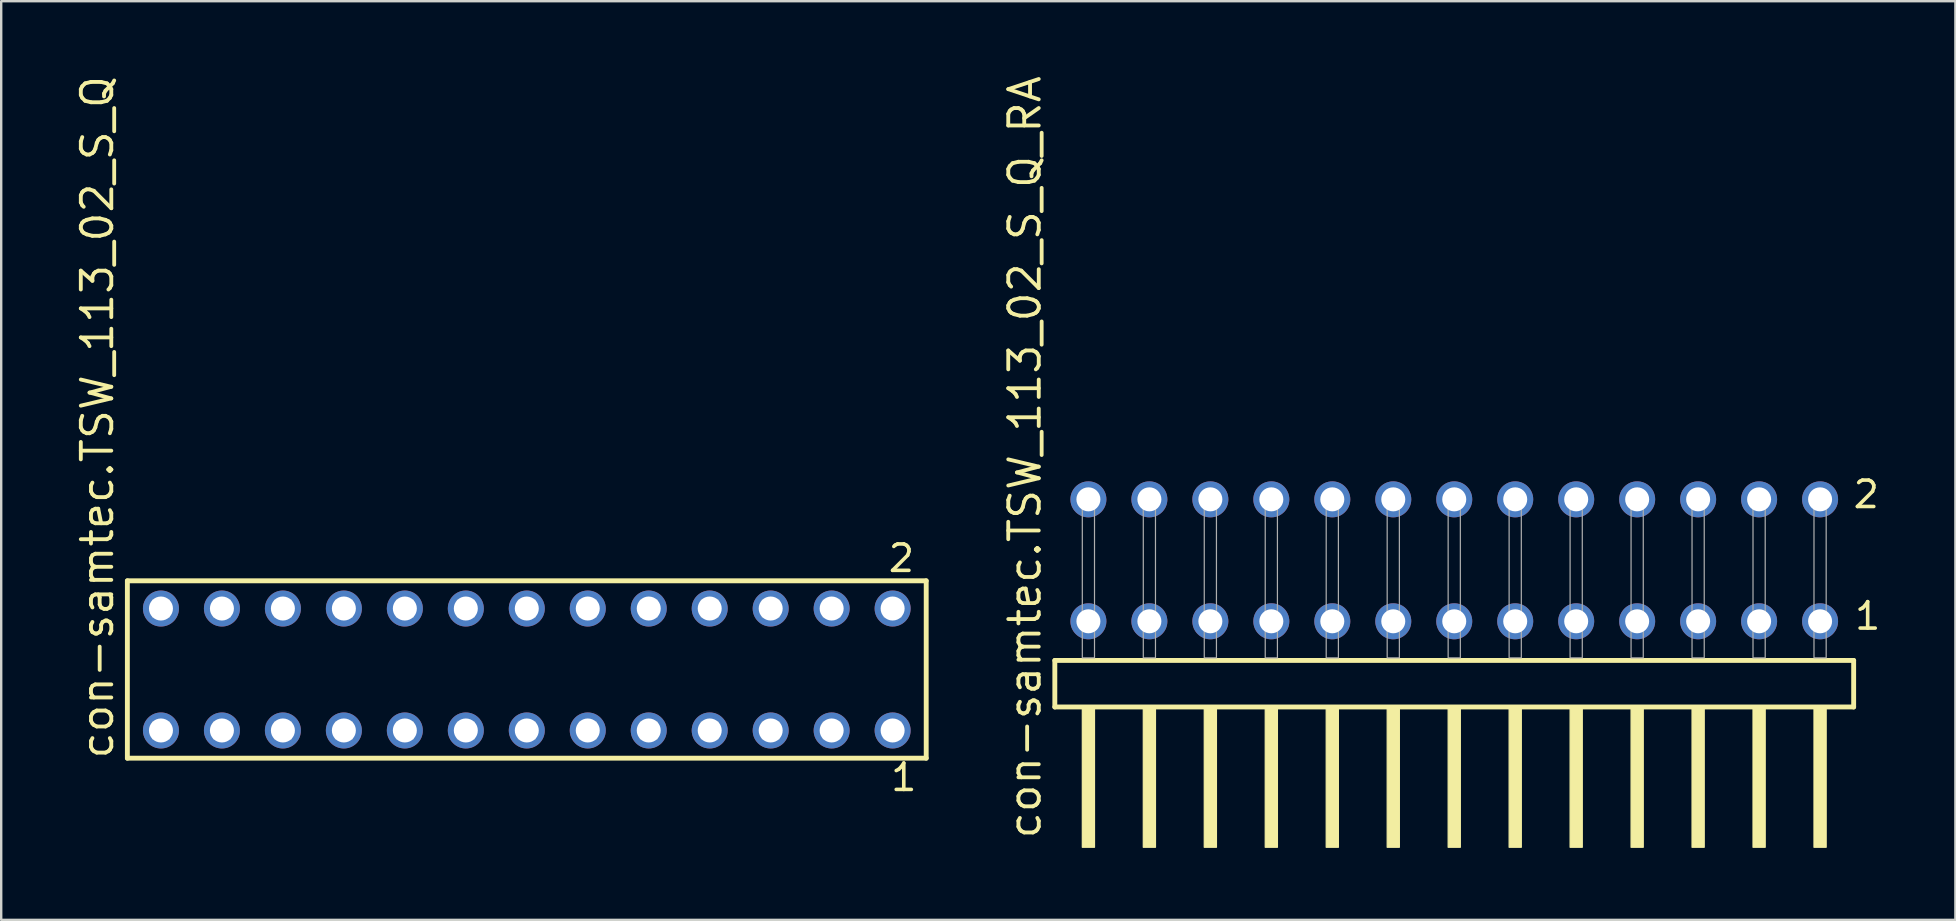
<source format=kicad_pcb>
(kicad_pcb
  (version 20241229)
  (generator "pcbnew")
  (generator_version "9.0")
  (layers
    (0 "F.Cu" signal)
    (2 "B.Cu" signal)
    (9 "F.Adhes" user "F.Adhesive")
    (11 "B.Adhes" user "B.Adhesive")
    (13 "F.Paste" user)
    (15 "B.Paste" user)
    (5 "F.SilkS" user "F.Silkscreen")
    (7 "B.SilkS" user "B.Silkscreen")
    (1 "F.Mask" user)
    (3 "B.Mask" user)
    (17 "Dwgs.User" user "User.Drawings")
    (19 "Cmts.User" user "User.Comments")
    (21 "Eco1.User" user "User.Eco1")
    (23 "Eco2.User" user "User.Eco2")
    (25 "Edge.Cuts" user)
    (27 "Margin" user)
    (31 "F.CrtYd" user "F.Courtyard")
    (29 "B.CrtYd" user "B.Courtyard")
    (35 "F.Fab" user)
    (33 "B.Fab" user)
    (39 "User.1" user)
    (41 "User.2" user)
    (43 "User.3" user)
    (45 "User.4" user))
  (footprint "con-samtec.TSW_113_02_S_Q_RA"
    (layer "F.Cu")
    (at 57.531 24.356)
    (property "Reference" "con-samtec.TSW_113_02_S_Q_RA" (at -17.145 7.62 90) (layer "F.SilkS") (effects (font (size 1.27 1.27) (thickness 0.16)) (justify left bottom)))
    (attr through_hole)
    (fp_line (start -16.639 0.106) (end -16.639 2.046) (stroke (width 0.203) (type default)) (layer "F.SilkS"))
    (fp_line (start -16.639 2.046) (end 16.639 2.046) (stroke (width 0.203) (type default)) (layer "F.SilkS"))
    (fp_line (start 16.639 0.106) (end -16.639 0.106) (stroke (width 0.203) (type default)) (layer "F.SilkS"))
    (fp_line (start 16.639 2.046) (end 16.639 0.106) (stroke (width 0.203) (type default)) (layer "F.SilkS"))
    (fp_rect (start -15.494 7.89) (end -14.986 2.04) (stroke (width 0.05) (type default)) (fill yes) (layer "F.SilkS"))
    (fp_rect (start -12.954 7.89) (end -12.446 2.04) (stroke (width 0.05) (type default)) (fill yes) (layer "F.SilkS"))
    (fp_rect (start -10.414 7.89) (end -9.906 2.04) (stroke (width 0.05) (type default)) (fill yes) (layer "F.SilkS"))
    (fp_rect (start -7.874 7.89) (end -7.366 2.04) (stroke (width 0.05) (type default)) (fill yes) (layer "F.SilkS"))
    (fp_rect (start -5.334 7.89) (end -4.826 2.04) (stroke (width 0.05) (type default)) (fill yes) (layer "F.SilkS"))
    (fp_rect (start -2.794 7.89) (end -2.286 2.04) (stroke (width 0.05) (type default)) (fill yes) (layer "F.SilkS"))
    (fp_rect (start -0.254 7.89) (end 0.254 2.04) (stroke (width 0.05) (type default)) (fill yes) (layer "F.SilkS"))
    (fp_rect (start 2.286 7.89) (end 2.794 2.04) (stroke (width 0.05) (type default)) (fill yes) (layer "F.SilkS"))
    (fp_rect (start 4.826 7.89) (end 5.334 2.04) (stroke (width 0.05) (type default)) (fill yes) (layer "F.SilkS"))
    (fp_rect (start 7.366 7.89) (end 7.874 2.04) (stroke (width 0.05) (type default)) (fill yes) (layer "F.SilkS"))
    (fp_rect (start 9.906 7.89) (end 10.414 2.04) (stroke (width 0.05) (type default)) (fill yes) (layer "F.SilkS"))
    (fp_rect (start 12.446 7.89) (end 12.954 2.04) (stroke (width 0.05) (type default)) (fill yes) (layer "F.SilkS"))
    (fp_rect (start 14.986 7.89) (end 15.494 2.04) (stroke (width 0.05) (type default)) (fill yes) (layer "F.SilkS"))
    (fp_rect (start -15.494 0) (end -14.986 -6.858) (stroke (width 0.05) (type default)) (fill no) (layer "F.Fab"))
    (fp_rect (start -12.954 0) (end -12.446 -6.858) (stroke (width 0.05) (type default)) (fill no) (layer "F.Fab"))
    (fp_rect (start -10.414 0) (end -9.906 -6.858) (stroke (width 0.05) (type default)) (fill no) (layer "F.Fab"))
    (fp_rect (start -7.874 0) (end -7.366 -6.858) (stroke (width 0.05) (type default)) (fill no) (layer "F.Fab"))
    (fp_rect (start -5.334 0) (end -4.826 -6.858) (stroke (width 0.05) (type default)) (fill no) (layer "F.Fab"))
    (fp_rect (start -2.794 0) (end -2.286 -6.858) (stroke (width 0.05) (type default)) (fill no) (layer "F.Fab"))
    (fp_rect (start -0.254 0) (end 0.254 -6.858) (stroke (width 0.05) (type default)) (fill no) (layer "F.Fab"))
    (fp_rect (start 2.286 0) (end 2.794 -6.858) (stroke (width 0.05) (type default)) (fill no) (layer "F.Fab"))
    (fp_rect (start 4.826 0) (end 5.334 -6.858) (stroke (width 0.05) (type default)) (fill no) (layer "F.Fab"))
    (fp_rect (start 7.366 0) (end 7.874 -6.858) (stroke (width 0.05) (type default)) (fill no) (layer "F.Fab"))
    (fp_rect (start 9.906 0) (end 10.414 -6.858) (stroke (width 0.05) (type default)) (fill no) (layer "F.Fab"))
    (fp_rect (start 12.446 0) (end 12.954 -6.858) (stroke (width 0.05) (type default)) (fill no) (layer "F.Fab"))
    (fp_rect (start 14.986 0) (end 15.494 -6.858) (stroke (width 0.05) (type default)) (fill no) (layer "F.Fab"))
    (fp_text user "2" (at 16.54 -6.165 0) (layer "F.SilkS") (effects (font (size 1.1 1.1) (thickness 0.15)) (justify left bottom)))
    (fp_text user "1" (at 16.6 -1.1 0) (layer "F.SilkS") (effects (font (size 1.1 1.1) (thickness 0.15)) (justify left bottom)))
    (pad "1" thru_hole circle (at 15.24 -1.524 180) (size 1.5 1.5) (drill 1) (layers "*.Cu" "*.Mask"))
    (pad "2" thru_hole circle (at 15.24 -6.604 180) (size 1.5 1.5) (drill 1) (layers "*.Cu" "*.Mask"))
    (pad "3" thru_hole circle (at 12.7 -1.524 180) (size 1.5 1.5) (drill 1) (layers "*.Cu" "*.Mask"))
    (pad "4" thru_hole circle (at 12.7 -6.604 180) (size 1.5 1.5) (drill 1) (layers "*.Cu" "*.Mask"))
    (pad "5" thru_hole circle (at 10.16 -1.524 180) (size 1.5 1.5) (drill 1) (layers "*.Cu" "*.Mask"))
    (pad "6" thru_hole circle (at 10.16 -6.604 180) (size 1.5 1.5) (drill 1) (layers "*.Cu" "*.Mask"))
    (pad "7" thru_hole circle (at 7.62 -1.524 180) (size 1.5 1.5) (drill 1) (layers "*.Cu" "*.Mask"))
    (pad "8" thru_hole circle (at 7.62 -6.604 180) (size 1.5 1.5) (drill 1) (layers "*.Cu" "*.Mask"))
    (pad "9" thru_hole circle (at 5.08 -1.524 180) (size 1.5 1.5) (drill 1) (layers "*.Cu" "*.Mask"))
    (pad "10" thru_hole circle (at 5.08 -6.604 180) (size 1.5 1.5) (drill 1) (layers "*.Cu" "*.Mask"))
    (pad "11" thru_hole circle (at 2.54 -1.524 180) (size 1.5 1.5) (drill 1) (layers "*.Cu" "*.Mask"))
    (pad "12" thru_hole circle (at 2.54 -6.604 180) (size 1.5 1.5) (drill 1) (layers "*.Cu" "*.Mask"))
    (pad "13" thru_hole circle (at 0 -1.524 180) (size 1.5 1.5) (drill 1) (layers "*.Cu" "*.Mask"))
    (pad "14" thru_hole circle (at 0 -6.604 180) (size 1.5 1.5) (drill 1) (layers "*.Cu" "*.Mask"))
    (pad "15" thru_hole circle (at -2.54 -1.524 180) (size 1.5 1.5) (drill 1) (layers "*.Cu" "*.Mask"))
    (pad "16" thru_hole circle (at -2.54 -6.604 180) (size 1.5 1.5) (drill 1) (layers "*.Cu" "*.Mask"))
    (pad "17" thru_hole circle (at -5.08 -1.524 180) (size 1.5 1.5) (drill 1) (layers "*.Cu" "*.Mask"))
    (pad "18" thru_hole circle (at -5.08 -6.604 180) (size 1.5 1.5) (drill 1) (layers "*.Cu" "*.Mask"))
    (pad "19" thru_hole circle (at -7.62 -1.524 180) (size 1.5 1.5) (drill 1) (layers "*.Cu" "*.Mask"))
    (pad "20" thru_hole circle (at -7.62 -6.604 180) (size 1.5 1.5) (drill 1) (layers "*.Cu" "*.Mask"))
    (pad "21" thru_hole circle (at -10.16 -1.524 180) (size 1.5 1.5) (drill 1) (layers "*.Cu" "*.Mask"))
    (pad "22" thru_hole circle (at -10.16 -6.604 180) (size 1.5 1.5) (drill 1) (layers "*.Cu" "*.Mask"))
    (pad "23" thru_hole circle (at -12.7 -1.524 180) (size 1.5 1.5) (drill 1) (layers "*.Cu" "*.Mask"))
    (pad "24" thru_hole circle (at -12.7 -6.604 180) (size 1.5 1.5) (drill 1) (layers "*.Cu" "*.Mask"))
    (pad "25" thru_hole circle (at -15.24 -1.524 180) (size 1.5 1.5) (drill 1) (layers "*.Cu" "*.Mask"))
    (pad "26" thru_hole circle (at -15.24 -6.604 180) (size 1.5 1.5) (drill 1) (layers "*.Cu" "*.Mask")))
  (footprint "con-samtec.TSW_113_02_S_Q"
    (layer "F.Cu")
    (at 18.895 24.84)
    (property "Reference" "con-samtec.TSW_113_02_S_Q" (at -17.145 3.81 90) (layer "F.SilkS") (effects (font (size 1.27 1.27) (thickness 0.16)) (justify left bottom)))
    (attr through_hole)
    (fp_line (start -16.639 -3.695) (end 16.639 -3.695) (stroke (width 0.203) (type default)) (layer "F.SilkS"))
    (fp_line (start -16.639 3.695) (end -16.639 -3.695) (stroke (width 0.203) (type default)) (layer "F.SilkS"))
    (fp_line (start 16.639 -3.695) (end 16.639 3.695) (stroke (width 0.203) (type default)) (layer "F.SilkS"))
    (fp_line (start 16.639 3.695) (end -16.639 3.695) (stroke (width 0.203) (type default)) (layer "F.SilkS"))
    (fp_rect (start -15.59 -2.19) (end -14.89 -2.89) (stroke (width 0.05) (type default)) (fill no) (layer "F.Fab"))
    (fp_rect (start -15.59 2.89) (end -14.89 2.19) (stroke (width 0.05) (type default)) (fill no) (layer "F.Fab"))
    (fp_rect (start -13.05 -2.19) (end -12.35 -2.89) (stroke (width 0.05) (type default)) (fill no) (layer "F.Fab"))
    (fp_rect (start -13.05 2.89) (end -12.35 2.19) (stroke (width 0.05) (type default)) (fill no) (layer "F.Fab"))
    (fp_rect (start -10.51 -2.19) (end -9.81 -2.89) (stroke (width 0.05) (type default)) (fill no) (layer "F.Fab"))
    (fp_rect (start -10.51 2.89) (end -9.81 2.19) (stroke (width 0.05) (type default)) (fill no) (layer "F.Fab"))
    (fp_rect (start -7.97 -2.19) (end -7.27 -2.89) (stroke (width 0.05) (type default)) (fill no) (layer "F.Fab"))
    (fp_rect (start -7.97 2.89) (end -7.27 2.19) (stroke (width 0.05) (type default)) (fill no) (layer "F.Fab"))
    (fp_rect (start -5.43 -2.19) (end -4.73 -2.89) (stroke (width 0.05) (type default)) (fill no) (layer "F.Fab"))
    (fp_rect (start -5.43 2.89) (end -4.73 2.19) (stroke (width 0.05) (type default)) (fill no) (layer "F.Fab"))
    (fp_rect (start -2.89 -2.19) (end -2.19 -2.89) (stroke (width 0.05) (type default)) (fill no) (layer "F.Fab"))
    (fp_rect (start -2.89 2.89) (end -2.19 2.19) (stroke (width 0.05) (type default)) (fill no) (layer "F.Fab"))
    (fp_rect (start -0.35 -2.19) (end 0.35 -2.89) (stroke (width 0.05) (type default)) (fill no) (layer "F.Fab"))
    (fp_rect (start -0.35 2.89) (end 0.35 2.19) (stroke (width 0.05) (type default)) (fill no) (layer "F.Fab"))
    (fp_rect (start 2.19 -2.19) (end 2.89 -2.89) (stroke (width 0.05) (type default)) (fill no) (layer "F.Fab"))
    (fp_rect (start 2.19 2.89) (end 2.89 2.19) (stroke (width 0.05) (type default)) (fill no) (layer "F.Fab"))
    (fp_rect (start 4.73 -2.19) (end 5.43 -2.89) (stroke (width 0.05) (type default)) (fill no) (layer "F.Fab"))
    (fp_rect (start 4.73 2.89) (end 5.43 2.19) (stroke (width 0.05) (type default)) (fill no) (layer "F.Fab"))
    (fp_rect (start 7.27 -2.19) (end 7.97 -2.89) (stroke (width 0.05) (type default)) (fill no) (layer "F.Fab"))
    (fp_rect (start 7.27 2.89) (end 7.97 2.19) (stroke (width 0.05) (type default)) (fill no) (layer "F.Fab"))
    (fp_rect (start 9.81 -2.19) (end 10.51 -2.89) (stroke (width 0.05) (type default)) (fill no) (layer "F.Fab"))
    (fp_rect (start 9.81 2.89) (end 10.51 2.19) (stroke (width 0.05) (type default)) (fill no) (layer "F.Fab"))
    (fp_rect (start 12.35 -2.19) (end 13.05 -2.89) (stroke (width 0.05) (type default)) (fill no) (layer "F.Fab"))
    (fp_rect (start 12.35 2.89) (end 13.05 2.19) (stroke (width 0.05) (type default)) (fill no) (layer "F.Fab"))
    (fp_rect (start 14.89 -2.19) (end 15.59 -2.89) (stroke (width 0.05) (type default)) (fill no) (layer "F.Fab"))
    (fp_rect (start 14.89 2.89) (end 15.59 2.19) (stroke (width 0.05) (type default)) (fill no) (layer "F.Fab"))
    (fp_text user "1" (at 15.082 5.138 0) (layer "F.SilkS") (effects (font (size 1.1 1.1) (thickness 0.15)) (justify left bottom)))
    (fp_text user "2" (at 14.982 -3.989 0) (layer "F.SilkS") (effects (font (size 1.1 1.1) (thickness 0.15)) (justify left bottom)))
    (pad "1" thru_hole circle (at 15.24 2.54 180) (size 1.5 1.5) (drill 1) (layers "*.Cu" "*.Mask"))
    (pad "2" thru_hole circle (at 15.24 -2.54 180) (size 1.5 1.5) (drill 1) (layers "*.Cu" "*.Mask"))
    (pad "3" thru_hole circle (at 12.7 2.54 180) (size 1.5 1.5) (drill 1) (layers "*.Cu" "*.Mask"))
    (pad "4" thru_hole circle (at 12.7 -2.54 180) (size 1.5 1.5) (drill 1) (layers "*.Cu" "*.Mask"))
    (pad "5" thru_hole circle (at 10.16 2.54 180) (size 1.5 1.5) (drill 1) (layers "*.Cu" "*.Mask"))
    (pad "6" thru_hole circle (at 10.16 -2.54 180) (size 1.5 1.5) (drill 1) (layers "*.Cu" "*.Mask"))
    (pad "7" thru_hole circle (at 7.62 2.54 180) (size 1.5 1.5) (drill 1) (layers "*.Cu" "*.Mask"))
    (pad "8" thru_hole circle (at 7.62 -2.54 180) (size 1.5 1.5) (drill 1) (layers "*.Cu" "*.Mask"))
    (pad "9" thru_hole circle (at 5.08 2.54 180) (size 1.5 1.5) (drill 1) (layers "*.Cu" "*.Mask"))
    (pad "10" thru_hole circle (at 5.08 -2.54 180) (size 1.5 1.5) (drill 1) (layers "*.Cu" "*.Mask"))
    (pad "11" thru_hole circle (at 2.54 2.54 180) (size 1.5 1.5) (drill 1) (layers "*.Cu" "*.Mask"))
    (pad "12" thru_hole circle (at 2.54 -2.54 180) (size 1.5 1.5) (drill 1) (layers "*.Cu" "*.Mask"))
    (pad "13" thru_hole circle (at 0 2.54 180) (size 1.5 1.5) (drill 1) (layers "*.Cu" "*.Mask"))
    (pad "14" thru_hole circle (at 0 -2.54 180) (size 1.5 1.5) (drill 1) (layers "*.Cu" "*.Mask"))
    (pad "15" thru_hole circle (at -2.54 2.54 180) (size 1.5 1.5) (drill 1) (layers "*.Cu" "*.Mask"))
    (pad "16" thru_hole circle (at -2.54 -2.54 180) (size 1.5 1.5) (drill 1) (layers "*.Cu" "*.Mask"))
    (pad "17" thru_hole circle (at -5.08 2.54 180) (size 1.5 1.5) (drill 1) (layers "*.Cu" "*.Mask"))
    (pad "18" thru_hole circle (at -5.08 -2.54 180) (size 1.5 1.5) (drill 1) (layers "*.Cu" "*.Mask"))
    (pad "19" thru_hole circle (at -7.62 2.54 180) (size 1.5 1.5) (drill 1) (layers "*.Cu" "*.Mask"))
    (pad "20" thru_hole circle (at -7.62 -2.54 180) (size 1.5 1.5) (drill 1) (layers "*.Cu" "*.Mask"))
    (pad "21" thru_hole circle (at -10.16 2.54 180) (size 1.5 1.5) (drill 1) (layers "*.Cu" "*.Mask"))
    (pad "22" thru_hole circle (at -10.16 -2.54 180) (size 1.5 1.5) (drill 1) (layers "*.Cu" "*.Mask"))
    (pad "23" thru_hole circle (at -12.7 2.54 180) (size 1.5 1.5) (drill 1) (layers "*.Cu" "*.Mask"))
    (pad "24" thru_hole circle (at -12.7 -2.54 180) (size 1.5 1.5) (drill 1) (layers "*.Cu" "*.Mask"))
    (pad "25" thru_hole circle (at -15.24 2.54 180) (size 1.5 1.5) (drill 1) (layers "*.Cu" "*.Mask"))
    (pad "26" thru_hole circle (at -15.24 -2.54 180) (size 1.5 1.5) (drill 1) (layers "*.Cu" "*.Mask")))
  (gr_rect
    (start -3 -3)
    (end 78.408 35.271)
    (stroke (width 0.1) (type default))
    (fill no)
    (layer "Edge.Cuts")))
</source>
